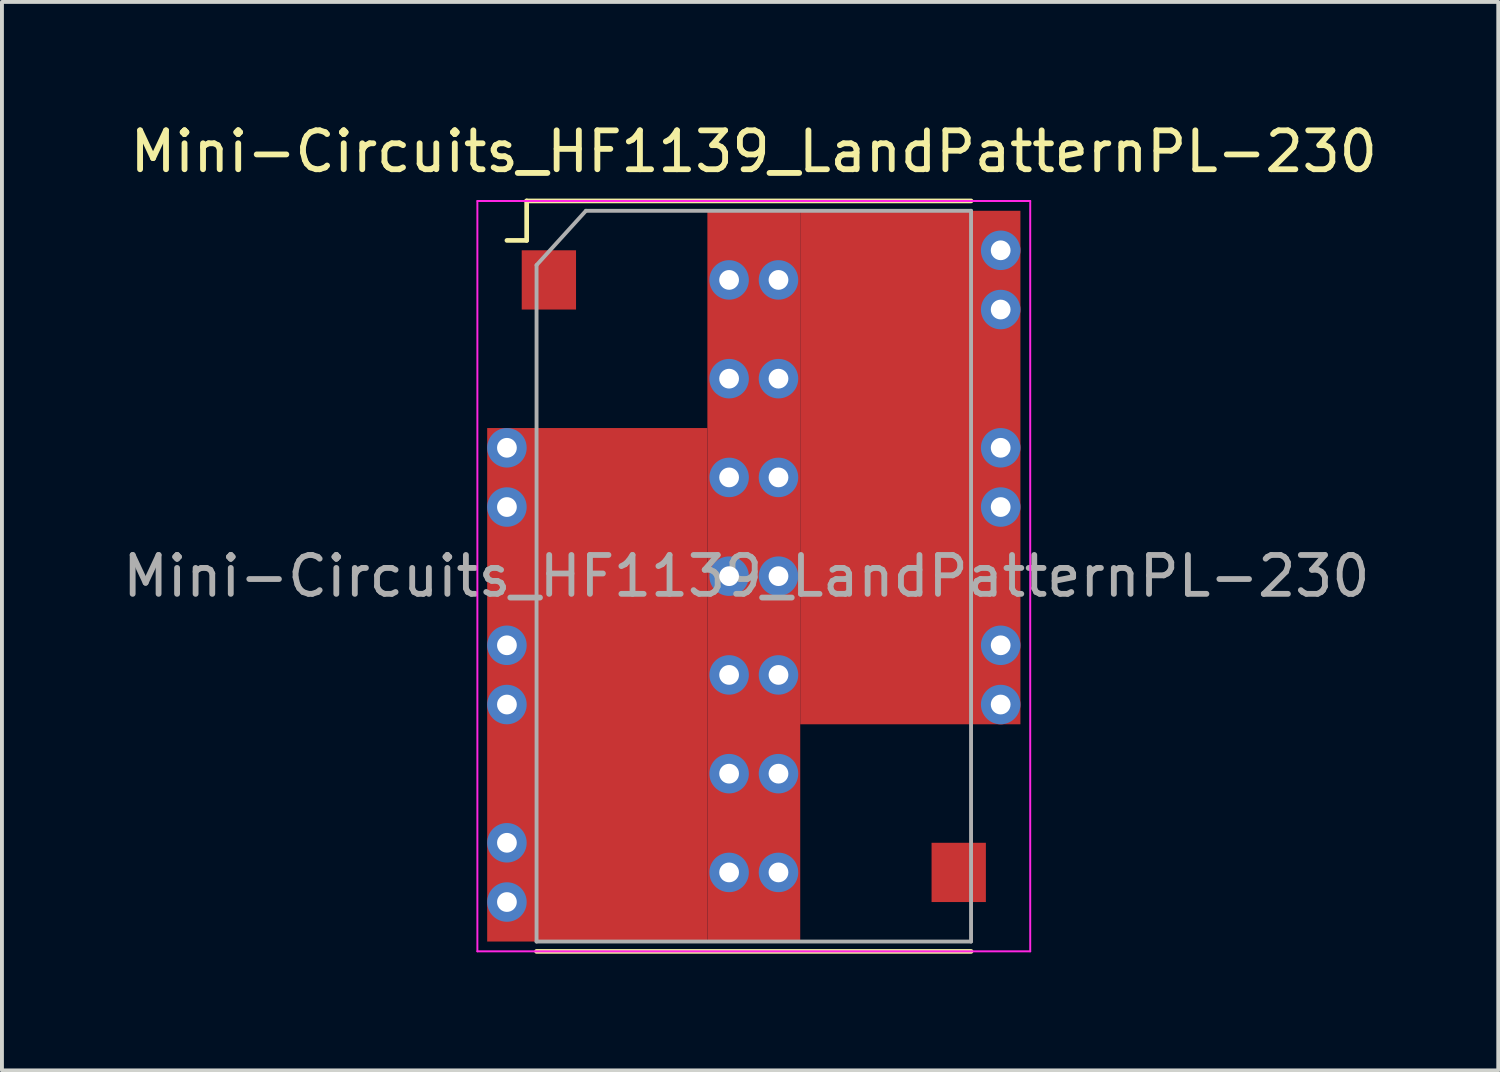
<source format=kicad_pcb>
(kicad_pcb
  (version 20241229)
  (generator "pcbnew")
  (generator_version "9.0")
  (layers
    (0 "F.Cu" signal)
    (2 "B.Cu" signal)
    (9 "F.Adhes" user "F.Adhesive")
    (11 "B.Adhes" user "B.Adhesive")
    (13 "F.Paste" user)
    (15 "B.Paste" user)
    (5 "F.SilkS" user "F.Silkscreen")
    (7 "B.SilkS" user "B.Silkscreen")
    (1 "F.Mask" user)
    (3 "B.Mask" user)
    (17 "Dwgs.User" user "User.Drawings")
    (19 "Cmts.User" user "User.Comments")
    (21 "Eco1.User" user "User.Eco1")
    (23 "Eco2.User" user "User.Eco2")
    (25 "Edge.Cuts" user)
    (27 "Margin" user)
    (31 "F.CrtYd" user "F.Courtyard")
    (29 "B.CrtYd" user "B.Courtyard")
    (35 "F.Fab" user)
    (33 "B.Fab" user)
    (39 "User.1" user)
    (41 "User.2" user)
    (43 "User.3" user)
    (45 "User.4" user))
  (footprint "Mini-Circuits_HF1139_LandPatternPL-230"
    (layer "F.Cu")
    (at 16.339 11.77)
    (property "Reference" "Mini-Circuits_HF1139_LandPatternPL-230" (at 0 -10.922 0) (layer "F.SilkS") (effects (font (size 1 1) (thickness 0.15))))
    (attr smd)
    (fp_line (start -5.842 -9.652) (end -5.842 -8.636) (stroke (width 0.12) (type solid)) (layer "F.SilkS"))
    (fp_line (start -5.842 -8.636) (end -6.35 -8.636) (stroke (width 0.12) (type solid)) (layer "F.SilkS"))
    (fp_line (start 5.588 -9.652) (end -5.842 -9.652) (stroke (width 0.12) (type solid)) (layer "F.SilkS"))
    (fp_line (start 5.588 9.652) (end -5.588 9.652) (stroke (width 0.12) (type solid)) (layer "F.SilkS"))
    (fp_line (start -7.11 -9.65) (end -7.11 9.65) (stroke (width 0.05) (type solid)) (layer "F.CrtYd"))
    (fp_line (start -7.11 -9.65) (end 7.11 -9.65) (stroke (width 0.05) (type solid)) (layer "F.CrtYd"))
    (fp_line (start 7.11 9.65) (end -7.11 9.65) (stroke (width 0.05) (type solid)) (layer "F.CrtYd"))
    (fp_line (start 7.11 9.65) (end 7.11 -9.65) (stroke (width 0.05) (type solid)) (layer "F.CrtYd"))
    (fp_line (start -5.588 -8.001) (end -5.588 9.398) (stroke (width 0.1) (type solid)) (layer "F.Fab"))
    (fp_line (start -4.318 -9.398) (end -5.588 -8.001) (stroke (width 0.1) (type solid)) (layer "F.Fab"))
    (fp_line (start 5.588 -9.398) (end -4.318 -9.398) (stroke (width 0.1) (type solid)) (layer "F.Fab"))
    (fp_line (start 5.588 9.398) (end -5.588 9.398) (stroke (width 0.1) (type solid)) (layer "F.Fab"))
    (fp_line (start 5.588 9.398) (end 5.588 -9.398) (stroke (width 0.1) (type solid)) (layer "F.Fab"))
    (fp_text user "${REFERENCE}" (at -0.191 0 180) (layer "F.Fab") (effects (font (size 1 1) (thickness 0.15))))
    (pad "1" smd rect (at -5.271 -7.62 270) (size 1.524 1.397) (layers "F.Cu" "F.Mask" "F.Paste"))
    (pad "2" smd rect (at 5.271 -7.62 270) (size 1.524 1.397) (layers "F.Cu" "F.Mask" "F.Paste"))
    (pad "2" thru_hole circle (at 6.35 -8.382 270) (size 1.016 1.016) (drill 0.508) (layers "*.Cu"))
    (pad "2" thru_hole circle (at 6.35 -6.858 270) (size 1.016 1.016) (drill 0.508) (layers "*.Cu"))
    (pad "3" thru_hole circle (at -6.35 -3.302 270) (size 1.016 1.016) (drill 0.508) (layers "*.Cu"))
    (pad "3" thru_hole circle (at -6.35 -1.778 270) (size 1.016 1.016) (drill 0.508) (layers "*.Cu"))
    (pad "3" smd rect (at -5.271 -2.54 270) (size 1.524 1.397) (layers "F.Cu" "F.Mask" "F.Paste"))
    (pad "4" smd rect (at 5.271 -2.54 270) (size 1.524 1.397) (layers "F.Cu" "F.Mask" "F.Paste"))
    (pad "4" thru_hole circle (at 6.35 -3.302 270) (size 1.016 1.016) (drill 0.508) (layers "*.Cu"))
    (pad "4" thru_hole circle (at 6.35 -1.778 270) (size 1.016 1.016) (drill 0.508) (layers "*.Cu"))
    (pad "5" thru_hole circle (at -6.35 1.778 270) (size 1.016 1.016) (drill 0.508) (layers "*.Cu"))
    (pad "5" thru_hole circle (at -6.35 3.302 270) (size 1.016 1.016) (drill 0.508) (layers "*.Cu"))
    (pad "5" smd rect (at -5.271 2.54 270) (size 1.524 1.397) (layers "F.Cu" "F.Mask" "F.Paste"))
    (pad "6" smd rect (at 5.271 2.54 270) (size 1.524 1.397) (layers "F.Cu" "F.Mask" "F.Paste"))
    (pad "6" thru_hole circle (at 6.35 1.778 270) (size 1.016 1.016) (drill 0.508) (layers "*.Cu"))
    (pad "6" thru_hole circle (at 6.35 3.302 270) (size 1.016 1.016) (drill 0.508) (layers "*.Cu"))
    (pad "7" thru_hole circle (at -6.35 6.858 270) (size 1.016 1.016) (drill 0.508) (layers "*.Cu"))
    (pad "7" thru_hole circle (at -6.35 8.382 270) (size 1.016 1.016) (drill 0.508) (layers "*.Cu"))
    (pad "7" smd rect (at -5.271 7.62 270) (size 1.524 1.397) (layers "F.Cu" "F.Mask" "F.Paste"))
    (pad "7" smd rect (at -4.026 2.794 270) (size 13.208 5.664) (layers "F.Cu"))
    (pad "7" thru_hole circle (at -0.635 -7.62 270) (size 1.016 1.016) (drill 0.508) (layers "*.Cu"))
    (pad "7" thru_hole circle (at -0.635 -5.08 270) (size 1.016 1.016) (drill 0.508) (layers "*.Cu"))
    (pad "7" thru_hole circle (at -0.635 -2.54 270) (size 1.016 1.016) (drill 0.508) (layers "*.Cu"))
    (pad "7" thru_hole circle (at -0.635 0 270) (size 1.016 1.016) (drill 0.508) (layers "*.Cu"))
    (pad "7" thru_hole circle (at -0.635 2.54 270) (size 1.016 1.016) (drill 0.508) (layers "*.Cu"))
    (pad "7" thru_hole circle (at -0.635 5.08 270) (size 1.016 1.016) (drill 0.508) (layers "*.Cu"))
    (pad "7" thru_hole circle (at -0.635 7.62 270) (size 1.016 1.016) (drill 0.508) (layers "*.Cu"))
    (pad "7" smd rect (at 0 0 270) (size 18.796 2.388) (layers "F.Cu"))
    (pad "7" thru_hole circle (at 0.635 -7.62 270) (size 1.016 1.016) (drill 0.508) (layers "*.Cu"))
    (pad "7" thru_hole circle (at 0.635 -5.08 270) (size 1.016 1.016) (drill 0.508) (layers "*.Cu"))
    (pad "7" thru_hole circle (at 0.635 -2.54 270) (size 1.016 1.016) (drill 0.508) (layers "*.Cu"))
    (pad "7" thru_hole circle (at 0.635 0 270) (size 1.016 1.016) (drill 0.508) (layers "*.Cu"))
    (pad "7" thru_hole circle (at 0.635 2.54 270) (size 1.016 1.016) (drill 0.508) (layers "*.Cu"))
    (pad "7" thru_hole circle (at 0.635 5.08 270) (size 1.016 1.016) (drill 0.508) (layers "*.Cu"))
    (pad "7" thru_hole circle (at 0.635 7.62 270) (size 1.016 1.016) (drill 0.508) (layers "*.Cu"))
    (pad "7" smd rect (at 4.026 -2.794 270) (size 13.208 5.664) (layers "F.Cu"))
    (pad "8" smd rect (at 5.271 7.62 270) (size 1.524 1.397) (layers "F.Cu" "F.Mask" "F.Paste")))
  (gr_rect
    (start -3 -3)
    (end 35.488 24.482)
    (stroke (width 0.1) (type default))
    (fill no)
    (layer "Edge.Cuts")))
</source>
